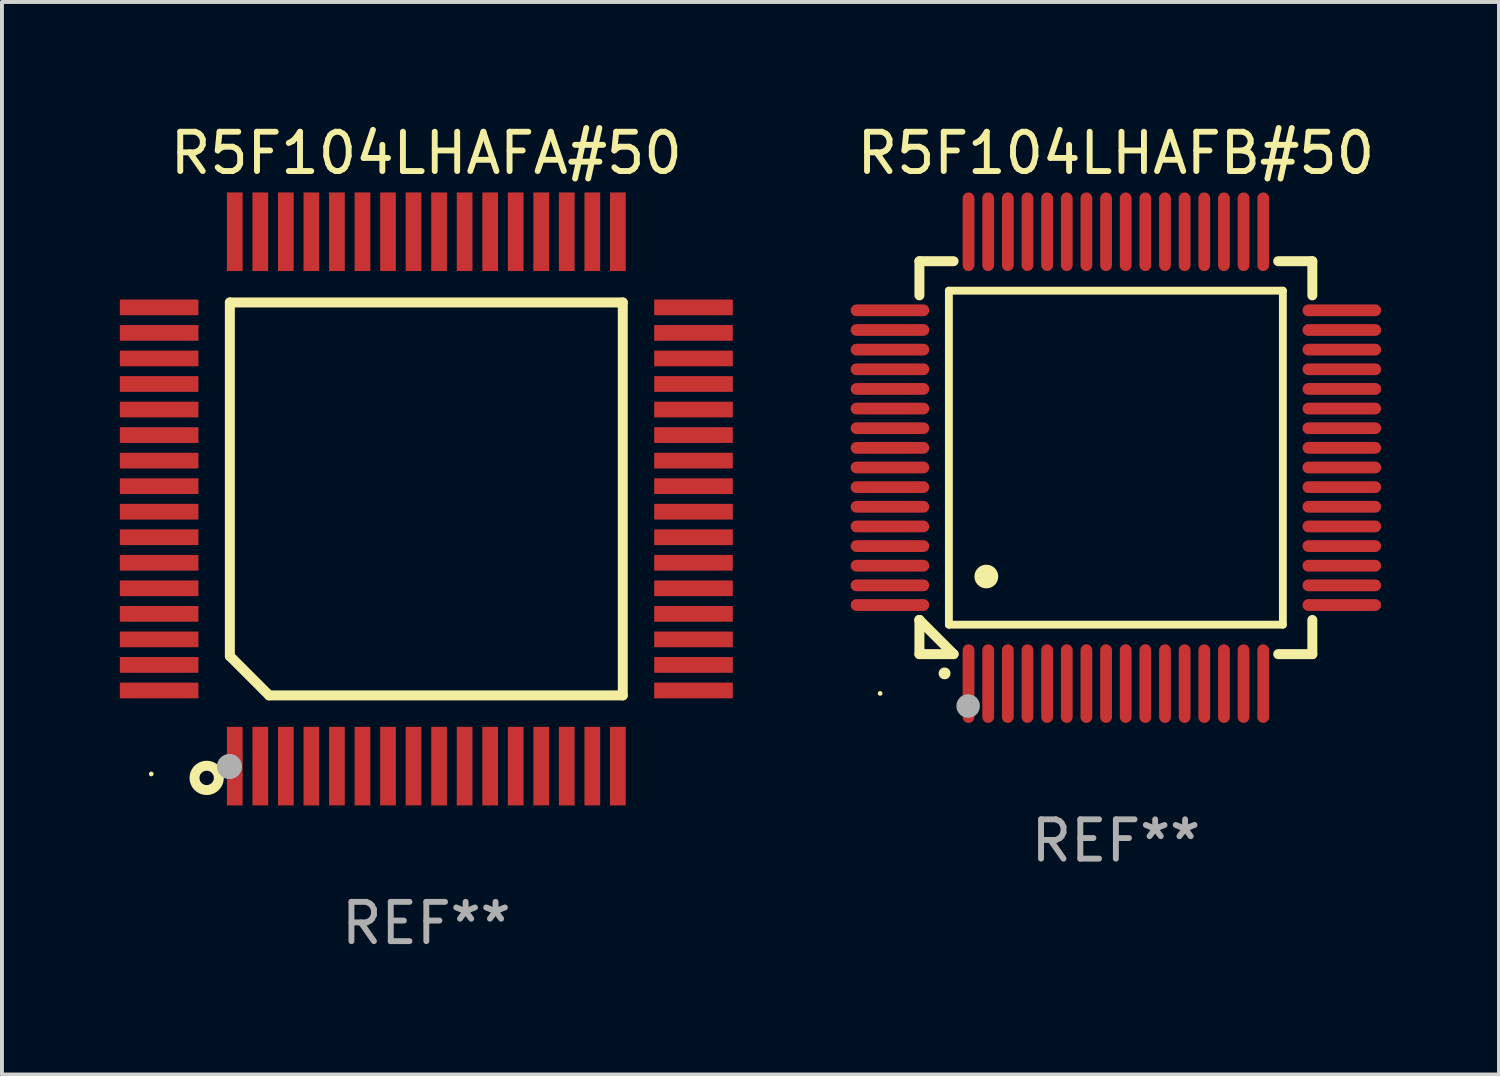
<source format=kicad_pcb>
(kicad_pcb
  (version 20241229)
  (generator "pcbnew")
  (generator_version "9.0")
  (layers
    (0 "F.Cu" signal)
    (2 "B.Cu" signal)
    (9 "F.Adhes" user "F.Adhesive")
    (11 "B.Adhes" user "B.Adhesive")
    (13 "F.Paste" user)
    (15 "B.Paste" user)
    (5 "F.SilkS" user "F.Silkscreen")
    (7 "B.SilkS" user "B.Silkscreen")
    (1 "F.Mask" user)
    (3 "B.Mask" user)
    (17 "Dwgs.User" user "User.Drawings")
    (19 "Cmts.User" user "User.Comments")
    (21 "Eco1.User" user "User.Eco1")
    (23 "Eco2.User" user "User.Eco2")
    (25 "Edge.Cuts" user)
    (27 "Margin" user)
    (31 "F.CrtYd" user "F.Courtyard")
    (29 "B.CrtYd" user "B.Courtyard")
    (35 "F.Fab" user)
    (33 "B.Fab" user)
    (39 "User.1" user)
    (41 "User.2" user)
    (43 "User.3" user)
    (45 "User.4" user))
  (footprint "R5F104LHAFB#50"
    (layer "F.Cu")
    (at 25.35 8.598)
    (property "Reference" "R5F104LHAFB#50" (at 0 -7.75 0) (layer "F.SilkS") (effects (font (size 1 1) (thickness 0.15))))
    (attr through_hole)
    (fp_line (start -5 -5) (end -4.131 -5) (stroke (width 0.254) (type solid)) (layer "F.SilkS"))
    (fp_line (start -5 -4.131) (end -5 -5) (stroke (width 0.254) (type solid)) (layer "F.SilkS"))
    (fp_line (start -5 4.131) (end -5 4.131) (stroke (width 0.254) (type solid)) (layer "F.SilkS"))
    (fp_line (start -5 5) (end -5 4.131) (stroke (width 0.254) (type solid)) (layer "F.SilkS"))
    (fp_line (start -5 4.131) (end -4.131 5) (stroke (width 0.254) (type solid)) (layer "F.SilkS"))
    (fp_line (start -4.25 -4.25) (end -4.25 4.25) (stroke (width 0.2) (type solid)) (layer "F.SilkS"))
    (fp_line (start -4.25 4.25) (end 4.25 4.25) (stroke (width 0.2) (type solid)) (layer "F.SilkS"))
    (fp_line (start -4.131 5) (end -5 5) (stroke (width 0.254) (type solid)) (layer "F.SilkS"))
    (fp_line (start 4.25 -4.25) (end -4.25 -4.25) (stroke (width 0.2) (type solid)) (layer "F.SilkS"))
    (fp_line (start 4.25 4.25) (end 4.25 -4.25) (stroke (width 0.2) (type solid)) (layer "F.SilkS"))
    (fp_line (start 5 -5) (end 4.131 -5) (stroke (width 0.254) (type solid)) (layer "F.SilkS"))
    (fp_line (start 5 -5) (end 5 -4.131) (stroke (width 0.254) (type solid)) (layer "F.SilkS"))
    (fp_line (start 5 4.131) (end 5 5) (stroke (width 0.254) (type solid)) (layer "F.SilkS"))
    (fp_line (start 5 5) (end 4.131 5) (stroke (width 0.254) (type solid)) (layer "F.SilkS"))
    (fp_arc (start -4.361265 5.489992) (mid -4.359995 5.489987) (end -4.358725 5.489992) (stroke (width 0.3) (type solid)) (layer "F.SilkS"))
    (fp_arc (start -3.299467 3.025146) (mid -3.296927 3.025135) (end -3.294387 3.025146) (stroke (width 0.6) (type solid)) (layer "F.SilkS"))
    (fp_circle (center -6 6) (end -5.97 6) (stroke (width 0.06) (type solid)) (fill no) (layer "F.SilkS"))
    (fp_circle (center -3.76 6.32) (end -3.61 6.32) (stroke (width 0.3) (type solid)) (fill no) (layer "F.Fab"))
    (fp_text user "REF**" (at 0 9.75 0) (layer "F.Fab") (effects (font (size 1 1) (thickness 0.15))))
    (pad "1" smd oval (at -3.75 5.75) (size 0.3 2) (layers "F.Cu" "F.Mask" "F.Paste"))
    (pad "2" smd oval (at -3.25 5.75) (size 0.3 2) (layers "F.Cu" "F.Mask" "F.Paste"))
    (pad "3" smd oval (at -2.75 5.75) (size 0.3 2) (layers "F.Cu" "F.Mask" "F.Paste"))
    (pad "4" smd oval (at -2.25 5.75) (size 0.3 2) (layers "F.Cu" "F.Mask" "F.Paste"))
    (pad "5" smd oval (at -1.75 5.75) (size 0.3 2) (layers "F.Cu" "F.Mask" "F.Paste"))
    (pad "6" smd oval (at -1.25 5.75) (size 0.3 2) (layers "F.Cu" "F.Mask" "F.Paste"))
    (pad "7" smd oval (at -0.75 5.75) (size 0.3 2) (layers "F.Cu" "F.Mask" "F.Paste"))
    (pad "8" smd oval (at -0.25 5.75) (size 0.3 2) (layers "F.Cu" "F.Mask" "F.Paste"))
    (pad "9" smd oval (at 0.25 5.75) (size 0.3 2) (layers "F.Cu" "F.Mask" "F.Paste"))
    (pad "10" smd oval (at 0.75 5.75) (size 0.3 2) (layers "F.Cu" "F.Mask" "F.Paste"))
    (pad "11" smd oval (at 1.25 5.75) (size 0.3 2) (layers "F.Cu" "F.Mask" "F.Paste"))
    (pad "12" smd oval (at 1.75 5.75) (size 0.3 2) (layers "F.Cu" "F.Mask" "F.Paste"))
    (pad "13" smd oval (at 2.25 5.75) (size 0.3 2) (layers "F.Cu" "F.Mask" "F.Paste"))
    (pad "14" smd oval (at 2.75 5.75) (size 0.3 2) (layers "F.Cu" "F.Mask" "F.Paste"))
    (pad "15" smd oval (at 3.25 5.75) (size 0.3 2) (layers "F.Cu" "F.Mask" "F.Paste"))
    (pad "16" smd oval (at 3.75 5.75) (size 0.3 2) (layers "F.Cu" "F.Mask" "F.Paste"))
    (pad "17" smd oval (at 5.75 3.75) (size 2 0.3) (layers "F.Cu" "F.Mask" "F.Paste"))
    (pad "18" smd oval (at 5.75 3.25) (size 2 0.3) (layers "F.Cu" "F.Mask" "F.Paste"))
    (pad "19" smd oval (at 5.75 2.75) (size 2 0.3) (layers "F.Cu" "F.Mask" "F.Paste"))
    (pad "20" smd oval (at 5.75 2.25) (size 2 0.3) (layers "F.Cu" "F.Mask" "F.Paste"))
    (pad "21" smd oval (at 5.75 1.75) (size 2 0.3) (layers "F.Cu" "F.Mask" "F.Paste"))
    (pad "22" smd oval (at 5.75 1.25) (size 2 0.3) (layers "F.Cu" "F.Mask" "F.Paste"))
    (pad "23" smd oval (at 5.75 0.75) (size 2 0.3) (layers "F.Cu" "F.Mask" "F.Paste"))
    (pad "24" smd oval (at 5.75 0.25) (size 2 0.3) (layers "F.Cu" "F.Mask" "F.Paste"))
    (pad "25" smd oval (at 5.75 -0.25) (size 2 0.3) (layers "F.Cu" "F.Mask" "F.Paste"))
    (pad "26" smd oval (at 5.75 -0.75) (size 2 0.3) (layers "F.Cu" "F.Mask" "F.Paste"))
    (pad "27" smd oval (at 5.75 -1.25) (size 2 0.3) (layers "F.Cu" "F.Mask" "F.Paste"))
    (pad "28" smd oval (at 5.75 -1.75) (size 2 0.3) (layers "F.Cu" "F.Mask" "F.Paste"))
    (pad "29" smd oval (at 5.75 -2.25) (size 2 0.3) (layers "F.Cu" "F.Mask" "F.Paste"))
    (pad "30" smd oval (at 5.75 -2.75) (size 2 0.3) (layers "F.Cu" "F.Mask" "F.Paste"))
    (pad "31" smd oval (at 5.75 -3.25) (size 2 0.3) (layers "F.Cu" "F.Mask" "F.Paste"))
    (pad "32" smd oval (at 5.75 -3.75) (size 2 0.3) (layers "F.Cu" "F.Mask" "F.Paste"))
    (pad "33" smd oval (at 3.75 -5.75) (size 0.3 2) (layers "F.Cu" "F.Mask" "F.Paste"))
    (pad "34" smd oval (at 3.25 -5.75) (size 0.3 2) (layers "F.Cu" "F.Mask" "F.Paste"))
    (pad "35" smd oval (at 2.75 -5.75) (size 0.3 2) (layers "F.Cu" "F.Mask" "F.Paste"))
    (pad "36" smd oval (at 2.25 -5.75) (size 0.3 2) (layers "F.Cu" "F.Mask" "F.Paste"))
    (pad "37" smd oval (at 1.75 -5.75) (size 0.3 2) (layers "F.Cu" "F.Mask" "F.Paste"))
    (pad "38" smd oval (at 1.25 -5.75) (size 0.3 2) (layers "F.Cu" "F.Mask" "F.Paste"))
    (pad "39" smd oval (at 0.75 -5.75) (size 0.3 2) (layers "F.Cu" "F.Mask" "F.Paste"))
    (pad "40" smd oval (at 0.25 -5.75) (size 0.3 2) (layers "F.Cu" "F.Mask" "F.Paste"))
    (pad "41" smd oval (at -0.25 -5.75) (size 0.3 2) (layers "F.Cu" "F.Mask" "F.Paste"))
    (pad "42" smd oval (at -0.75 -5.75) (size 0.3 2) (layers "F.Cu" "F.Mask" "F.Paste"))
    (pad "43" smd oval (at -1.25 -5.75) (size 0.3 2) (layers "F.Cu" "F.Mask" "F.Paste"))
    (pad "44" smd oval (at -1.75 -5.75) (size 0.3 2) (layers "F.Cu" "F.Mask" "F.Paste"))
    (pad "45" smd oval (at -2.25 -5.75) (size 0.3 2) (layers "F.Cu" "F.Mask" "F.Paste"))
    (pad "46" smd oval (at -2.75 -5.75) (size 0.3 2) (layers "F.Cu" "F.Mask" "F.Paste"))
    (pad "47" smd oval (at -3.25 -5.75) (size 0.3 2) (layers "F.Cu" "F.Mask" "F.Paste"))
    (pad "48" smd oval (at -3.75 -5.75) (size 0.3 2) (layers "F.Cu" "F.Mask" "F.Paste"))
    (pad "49" smd oval (at -5.75 -3.75) (size 2 0.3) (layers "F.Cu" "F.Mask" "F.Paste"))
    (pad "50" smd oval (at -5.75 -3.25) (size 2 0.3) (layers "F.Cu" "F.Mask" "F.Paste"))
    (pad "51" smd oval (at -5.75 -2.75) (size 2 0.3) (layers "F.Cu" "F.Mask" "F.Paste"))
    (pad "52" smd oval (at -5.75 -2.25) (size 2 0.3) (layers "F.Cu" "F.Mask" "F.Paste"))
    (pad "53" smd oval (at -5.75 -1.75) (size 2 0.3) (layers "F.Cu" "F.Mask" "F.Paste"))
    (pad "54" smd oval (at -5.75 -1.25) (size 2 0.3) (layers "F.Cu" "F.Mask" "F.Paste"))
    (pad "55" smd oval (at -5.75 -0.75) (size 2 0.3) (layers "F.Cu" "F.Mask" "F.Paste"))
    (pad "56" smd oval (at -5.75 -0.25) (size 2 0.3) (layers "F.Cu" "F.Mask" "F.Paste"))
    (pad "57" smd oval (at -5.75 0.25) (size 2 0.3) (layers "F.Cu" "F.Mask" "F.Paste"))
    (pad "58" smd oval (at -5.75 0.75) (size 2 0.3) (layers "F.Cu" "F.Mask" "F.Paste"))
    (pad "59" smd oval (at -5.75 1.25) (size 2 0.3) (layers "F.Cu" "F.Mask" "F.Paste"))
    (pad "60" smd oval (at -5.75 1.75) (size 2 0.3) (layers "F.Cu" "F.Mask" "F.Paste"))
    (pad "61" smd oval (at -5.75 2.25) (size 2 0.3) (layers "F.Cu" "F.Mask" "F.Paste"))
    (pad "62" smd oval (at -5.75 2.75) (size 2 0.3) (layers "F.Cu" "F.Mask" "F.Paste"))
    (pad "63" smd oval (at -5.75 3.25) (size 2 0.3) (layers "F.Cu" "F.Mask" "F.Paste"))
    (pad "64" smd oval (at -5.75 3.75) (size 2 0.3) (layers "F.Cu" "F.Mask" "F.Paste")))
  (footprint "R5F104LHAFA#50"
    (layer "F.Cu")
    (at 7.8 9.648)
    (property "Reference" "R5F104LHAFA#50" (at 0 -8.8 0) (layer "F.SilkS") (effects (font (size 1 1) (thickness 0.15))))
    (attr through_hole)
    (fp_line (start -5 -5) (end 5 -5) (stroke (width 0.254) (type solid)) (layer "F.SilkS"))
    (fp_line (start -5 4) (end -5 -5) (stroke (width 0.254) (type solid)) (layer "F.SilkS"))
    (fp_line (start -4 5) (end -5 4) (stroke (width 0.254) (type solid)) (layer "F.SilkS"))
    (fp_line (start 5 -5) (end 5 5) (stroke (width 0.254) (type solid)) (layer "F.SilkS"))
    (fp_line (start 5 5) (end -4 5) (stroke (width 0.254) (type solid)) (layer "F.SilkS"))
    (fp_circle (center -7 7) (end -6.97 7) (stroke (width 0.06) (type solid)) (fill no) (layer "F.SilkS"))
    (fp_circle (center -5.59 7.1) (end -5.28 7.1) (stroke (width 0.254) (type solid)) (fill no) (layer "F.SilkS"))
    (fp_circle (center -5.01 6.81) (end -4.85 6.81) (stroke (width 0.32) (type solid)) (fill no) (layer "F.Fab"))
    (fp_text user "REF**" (at 0 10.8 0) (layer "F.Fab") (effects (font (size 1 1) (thickness 0.15))))
    (pad "1" smd rect (at -4.875 6.8) (size 0.4 2) (layers "F.Cu" "F.Mask" "F.Paste"))
    (pad "2" smd rect (at -4.225 6.8) (size 0.4 2) (layers "F.Cu" "F.Mask" "F.Paste"))
    (pad "3" smd rect (at -3.575 6.8) (size 0.4 2) (layers "F.Cu" "F.Mask" "F.Paste"))
    (pad "4" smd rect (at -2.925 6.8) (size 0.4 2) (layers "F.Cu" "F.Mask" "F.Paste"))
    (pad "5" smd rect (at -2.275 6.8) (size 0.4 2) (layers "F.Cu" "F.Mask" "F.Paste"))
    (pad "6" smd rect (at -1.625 6.8) (size 0.4 2) (layers "F.Cu" "F.Mask" "F.Paste"))
    (pad "7" smd rect (at -0.975 6.8) (size 0.4 2) (layers "F.Cu" "F.Mask" "F.Paste"))
    (pad "8" smd rect (at -0.325 6.8) (size 0.4 2) (layers "F.Cu" "F.Mask" "F.Paste"))
    (pad "9" smd rect (at 0.325 6.8) (size 0.4 2) (layers "F.Cu" "F.Mask" "F.Paste"))
    (pad "10" smd rect (at 0.975 6.8) (size 0.4 2) (layers "F.Cu" "F.Mask" "F.Paste"))
    (pad "11" smd rect (at 1.625 6.8) (size 0.4 2) (layers "F.Cu" "F.Mask" "F.Paste"))
    (pad "12" smd rect (at 2.275 6.8) (size 0.4 2) (layers "F.Cu" "F.Mask" "F.Paste"))
    (pad "13" smd rect (at 2.925 6.8) (size 0.4 2) (layers "F.Cu" "F.Mask" "F.Paste"))
    (pad "14" smd rect (at 3.575 6.8) (size 0.4 2) (layers "F.Cu" "F.Mask" "F.Paste"))
    (pad "15" smd rect (at 4.225 6.8) (size 0.4 2) (layers "F.Cu" "F.Mask" "F.Paste"))
    (pad "16" smd rect (at 4.875 6.8) (size 0.4 2) (layers "F.Cu" "F.Mask" "F.Paste"))
    (pad "17" smd rect (at 6.8 4.875) (size 2 0.4) (layers "F.Cu" "F.Mask" "F.Paste"))
    (pad "18" smd rect (at 6.8 4.225) (size 2 0.4) (layers "F.Cu" "F.Mask" "F.Paste"))
    (pad "19" smd rect (at 6.8 3.575) (size 2 0.4) (layers "F.Cu" "F.Mask" "F.Paste"))
    (pad "20" smd rect (at 6.8 2.925) (size 2 0.4) (layers "F.Cu" "F.Mask" "F.Paste"))
    (pad "21" smd rect (at 6.8 2.275) (size 2 0.4) (layers "F.Cu" "F.Mask" "F.Paste"))
    (pad "22" smd rect (at 6.8 1.625) (size 2 0.4) (layers "F.Cu" "F.Mask" "F.Paste"))
    (pad "23" smd rect (at 6.8 0.975) (size 2 0.4) (layers "F.Cu" "F.Mask" "F.Paste"))
    (pad "24" smd rect (at 6.8 0.325) (size 2 0.4) (layers "F.Cu" "F.Mask" "F.Paste"))
    (pad "25" smd rect (at 6.8 -0.325) (size 2 0.4) (layers "F.Cu" "F.Mask" "F.Paste"))
    (pad "26" smd rect (at 6.8 -0.975) (size 2 0.4) (layers "F.Cu" "F.Mask" "F.Paste"))
    (pad "27" smd rect (at 6.8 -1.625) (size 2 0.4) (layers "F.Cu" "F.Mask" "F.Paste"))
    (pad "28" smd rect (at 6.8 -2.275) (size 2 0.4) (layers "F.Cu" "F.Mask" "F.Paste"))
    (pad "29" smd rect (at 6.8 -2.925) (size 2 0.4) (layers "F.Cu" "F.Mask" "F.Paste"))
    (pad "30" smd rect (at 6.8 -3.575) (size 2 0.4) (layers "F.Cu" "F.Mask" "F.Paste"))
    (pad "31" smd rect (at 6.8 -4.225) (size 2 0.4) (layers "F.Cu" "F.Mask" "F.Paste"))
    (pad "32" smd rect (at 6.8 -4.875) (size 2 0.4) (layers "F.Cu" "F.Mask" "F.Paste"))
    (pad "33" smd rect (at 4.875 -6.8) (size 0.4 2) (layers "F.Cu" "F.Mask" "F.Paste"))
    (pad "34" smd rect (at 4.225 -6.8) (size 0.4 2) (layers "F.Cu" "F.Mask" "F.Paste"))
    (pad "35" smd rect (at 3.575 -6.8) (size 0.4 2) (layers "F.Cu" "F.Mask" "F.Paste"))
    (pad "36" smd rect (at 2.925 -6.8) (size 0.4 2) (layers "F.Cu" "F.Mask" "F.Paste"))
    (pad "37" smd rect (at 2.275 -6.8) (size 0.4 2) (layers "F.Cu" "F.Mask" "F.Paste"))
    (pad "38" smd rect (at 1.625 -6.8) (size 0.4 2) (layers "F.Cu" "F.Mask" "F.Paste"))
    (pad "39" smd rect (at 0.975 -6.8) (size 0.4 2) (layers "F.Cu" "F.Mask" "F.Paste"))
    (pad "40" smd rect (at 0.325 -6.8) (size 0.4 2) (layers "F.Cu" "F.Mask" "F.Paste"))
    (pad "41" smd rect (at -0.325 -6.8) (size 0.4 2) (layers "F.Cu" "F.Mask" "F.Paste"))
    (pad "42" smd rect (at -0.975 -6.8) (size 0.4 2) (layers "F.Cu" "F.Mask" "F.Paste"))
    (pad "43" smd rect (at -1.625 -6.8) (size 0.4 2) (layers "F.Cu" "F.Mask" "F.Paste"))
    (pad "44" smd rect (at -2.275 -6.8) (size 0.4 2) (layers "F.Cu" "F.Mask" "F.Paste"))
    (pad "45" smd rect (at -2.925 -6.8) (size 0.4 2) (layers "F.Cu" "F.Mask" "F.Paste"))
    (pad "46" smd rect (at -3.575 -6.8) (size 0.4 2) (layers "F.Cu" "F.Mask" "F.Paste"))
    (pad "47" smd rect (at -4.225 -6.8) (size 0.4 2) (layers "F.Cu" "F.Mask" "F.Paste"))
    (pad "48" smd rect (at -4.875 -6.8) (size 0.4 2) (layers "F.Cu" "F.Mask" "F.Paste"))
    (pad "49" smd rect (at -6.8 -4.875) (size 2 0.4) (layers "F.Cu" "F.Mask" "F.Paste"))
    (pad "50" smd rect (at -6.8 -4.225) (size 2 0.4) (layers "F.Cu" "F.Mask" "F.Paste"))
    (pad "51" smd rect (at -6.8 -3.575) (size 2 0.4) (layers "F.Cu" "F.Mask" "F.Paste"))
    (pad "52" smd rect (at -6.8 -2.925) (size 2 0.4) (layers "F.Cu" "F.Mask" "F.Paste"))
    (pad "53" smd rect (at -6.8 -2.275) (size 2 0.4) (layers "F.Cu" "F.Mask" "F.Paste"))
    (pad "54" smd rect (at -6.8 -1.625) (size 2 0.4) (layers "F.Cu" "F.Mask" "F.Paste"))
    (pad "55" smd rect (at -6.8 -0.975) (size 2 0.4) (layers "F.Cu" "F.Mask" "F.Paste"))
    (pad "56" smd rect (at -6.8 -0.325) (size 2 0.4) (layers "F.Cu" "F.Mask" "F.Paste"))
    (pad "57" smd rect (at -6.8 0.325) (size 2 0.4) (layers "F.Cu" "F.Mask" "F.Paste"))
    (pad "58" smd rect (at -6.8 0.975) (size 2 0.4) (layers "F.Cu" "F.Mask" "F.Paste"))
    (pad "59" smd rect (at -6.8 1.625) (size 2 0.4) (layers "F.Cu" "F.Mask" "F.Paste"))
    (pad "60" smd rect (at -6.8 2.275) (size 2 0.4) (layers "F.Cu" "F.Mask" "F.Paste"))
    (pad "61" smd rect (at -6.8 2.925) (size 2 0.4) (layers "F.Cu" "F.Mask" "F.Paste"))
    (pad "62" smd rect (at -6.8 3.575) (size 2 0.4) (layers "F.Cu" "F.Mask" "F.Paste"))
    (pad "63" smd rect (at -6.8 4.225) (size 2 0.4) (layers "F.Cu" "F.Mask" "F.Paste"))
    (pad "64" smd rect (at -6.8 4.875) (size 2 0.4) (layers "F.Cu" "F.Mask" "F.Paste")))
  (gr_rect
    (start -3 -3)
    (end 35.1 24.297)
    (stroke (width 0.1) (type default))
    (fill no)
    (layer "Edge.Cuts")))
</source>
